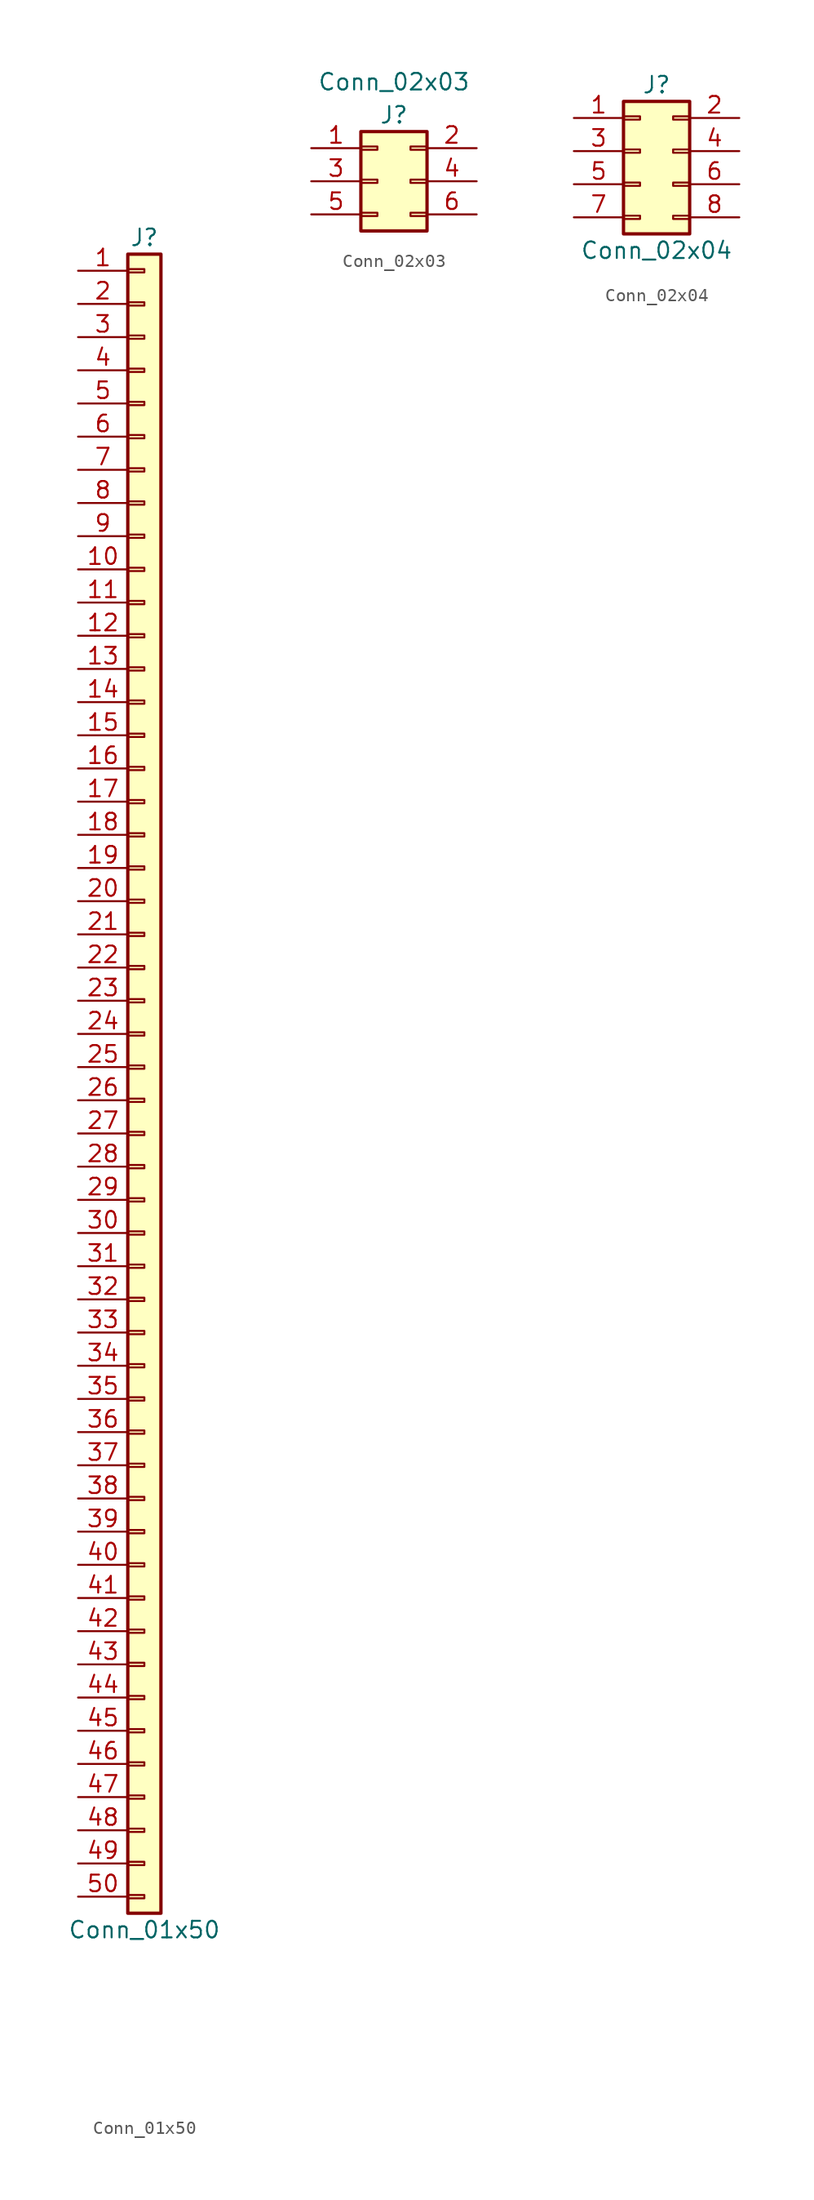
<source format=kicad_sym>
(kicad_symbol_lib
  (version 20241209)
  (generator "kicad_symbol_editor")
  (generator_version "9.0")
  (symbol "Conn_01x50"
    (pin_names
      (offset 1.016)
      (hide yes))
    (property "Reference" "J"
      (at 0 64.77 0)
      (effects (font (size 1.27 1.27))))
    (property "Value" "Conn_01x50"
      (at 0 -64.77 0)
      (effects (font (size 1.27 1.27))))
    (symbol "Conn_01x50_1_1"
      (rectangle (start -1.27 63.5) (end 1.27 -63.5) (stroke (width 0.254) (type default)) (fill (type background)))
      (rectangle (start -1.27 62.357) (end 0 62.103) (stroke (width 0.152) (type default)) (fill (type none)))
      (rectangle (start -1.27 59.817) (end 0 59.563) (stroke (width 0.152) (type default)) (fill (type none)))
      (rectangle (start -1.27 57.277) (end 0 57.023) (stroke (width 0.152) (type default)) (fill (type none)))
      (rectangle (start -1.27 54.737) (end 0 54.483) (stroke (width 0.152) (type default)) (fill (type none)))
      (rectangle (start -1.27 52.197) (end 0 51.943) (stroke (width 0.152) (type default)) (fill (type none)))
      (rectangle (start -1.27 49.657) (end 0 49.403) (stroke (width 0.152) (type default)) (fill (type none)))
      (rectangle (start -1.27 47.117) (end 0 46.863) (stroke (width 0.152) (type default)) (fill (type none)))
      (rectangle (start -1.27 44.577) (end 0 44.323) (stroke (width 0.152) (type default)) (fill (type none)))
      (rectangle (start -1.27 42.037) (end 0 41.783) (stroke (width 0.152) (type default)) (fill (type none)))
      (rectangle (start -1.27 39.497) (end 0 39.243) (stroke (width 0.152) (type default)) (fill (type none)))
      (rectangle (start -1.27 36.957) (end 0 36.703) (stroke (width 0.152) (type default)) (fill (type none)))
      (rectangle (start -1.27 34.417) (end 0 34.163) (stroke (width 0.152) (type default)) (fill (type none)))
      (rectangle (start -1.27 31.877) (end 0 31.623) (stroke (width 0.152) (type default)) (fill (type none)))
      (rectangle (start -1.27 29.337) (end 0 29.083) (stroke (width 0.152) (type default)) (fill (type none)))
      (rectangle (start -1.27 26.797) (end 0 26.543) (stroke (width 0.152) (type default)) (fill (type none)))
      (rectangle (start -1.27 24.257) (end 0 24.003) (stroke (width 0.152) (type default)) (fill (type none)))
      (rectangle (start -1.27 21.717) (end 0 21.463) (stroke (width 0.152) (type default)) (fill (type none)))
      (rectangle (start -1.27 19.177) (end 0 18.923) (stroke (width 0.152) (type default)) (fill (type none)))
      (rectangle (start -1.27 16.637) (end 0 16.383) (stroke (width 0.152) (type default)) (fill (type none)))
      (rectangle (start -1.27 14.097) (end 0 13.843) (stroke (width 0.152) (type default)) (fill (type none)))
      (rectangle (start -1.27 11.557) (end 0 11.303) (stroke (width 0.152) (type default)) (fill (type none)))
      (rectangle (start -1.27 9.017) (end 0 8.763) (stroke (width 0.152) (type default)) (fill (type none)))
      (rectangle (start -1.27 6.477) (end 0 6.223) (stroke (width 0.152) (type default)) (fill (type none)))
      (rectangle (start -1.27 3.937) (end 0 3.683) (stroke (width 0.152) (type default)) (fill (type none)))
      (rectangle (start -1.27 1.397) (end 0 1.143) (stroke (width 0.152) (type default)) (fill (type none)))
      (rectangle (start -1.27 -1.143) (end 0 -1.397) (stroke (width 0.152) (type default)) (fill (type none)))
      (rectangle (start -1.27 -3.683) (end 0 -3.937) (stroke (width 0.152) (type default)) (fill (type none)))
      (rectangle (start -1.27 -6.223) (end 0 -6.477) (stroke (width 0.152) (type default)) (fill (type none)))
      (rectangle (start -1.27 -8.763) (end 0 -9.017) (stroke (width 0.152) (type default)) (fill (type none)))
      (rectangle (start -1.27 -11.303) (end 0 -11.557) (stroke (width 0.152) (type default)) (fill (type none)))
      (rectangle (start -1.27 -13.843) (end 0 -14.097) (stroke (width 0.152) (type default)) (fill (type none)))
      (rectangle (start -1.27 -16.383) (end 0 -16.637) (stroke (width 0.152) (type default)) (fill (type none)))
      (rectangle (start -1.27 -18.923) (end 0 -19.177) (stroke (width 0.152) (type default)) (fill (type none)))
      (rectangle (start -1.27 -21.463) (end 0 -21.717) (stroke (width 0.152) (type default)) (fill (type none)))
      (rectangle (start -1.27 -24.003) (end 0 -24.257) (stroke (width 0.152) (type default)) (fill (type none)))
      (rectangle (start -1.27 -26.543) (end 0 -26.797) (stroke (width 0.152) (type default)) (fill (type none)))
      (rectangle (start -1.27 -29.083) (end 0 -29.337) (stroke (width 0.152) (type default)) (fill (type none)))
      (rectangle (start -1.27 -31.623) (end 0 -31.877) (stroke (width 0.152) (type default)) (fill (type none)))
      (rectangle (start -1.27 -34.163) (end 0 -34.417) (stroke (width 0.152) (type default)) (fill (type none)))
      (rectangle (start -1.27 -36.703) (end 0 -36.957) (stroke (width 0.152) (type default)) (fill (type none)))
      (rectangle (start -1.27 -39.243) (end 0 -39.497) (stroke (width 0.152) (type default)) (fill (type none)))
      (rectangle (start -1.27 -41.783) (end 0 -42.037) (stroke (width 0.152) (type default)) (fill (type none)))
      (rectangle (start -1.27 -44.323) (end 0 -44.577) (stroke (width 0.152) (type default)) (fill (type none)))
      (rectangle (start -1.27 -46.863) (end 0 -47.117) (stroke (width 0.152) (type default)) (fill (type none)))
      (rectangle (start -1.27 -49.403) (end 0 -49.657) (stroke (width 0.152) (type default)) (fill (type none)))
      (rectangle (start -1.27 -51.943) (end 0 -52.197) (stroke (width 0.152) (type default)) (fill (type none)))
      (rectangle (start -1.27 -54.483) (end 0 -54.737) (stroke (width 0.152) (type default)) (fill (type none)))
      (rectangle (start -1.27 -57.023) (end 0 -57.277) (stroke (width 0.152) (type default)) (fill (type none)))
      (rectangle (start -1.27 -59.563) (end 0 -59.817) (stroke (width 0.152) (type default)) (fill (type none)))
      (rectangle (start -1.27 -62.103) (end 0 -62.357) (stroke (width 0.152) (type default)) (fill (type none)))
      (pin passive line (at -5.08 62.23 0) (length 3.81) (name "Pin_1" (effects (font (size 1.27 1.27)))) (number "1" (effects (font (size 1.27 1.27)))))
      (pin passive line (at -5.08 59.69 0) (length 3.81) (name "Pin_2" (effects (font (size 1.27 1.27)))) (number "2" (effects (font (size 1.27 1.27)))))
      (pin passive line (at -5.08 57.15 0) (length 3.81) (name "Pin_3" (effects (font (size 1.27 1.27)))) (number "3" (effects (font (size 1.27 1.27)))))
      (pin passive line (at -5.08 54.61 0) (length 3.81) (name "Pin_4" (effects (font (size 1.27 1.27)))) (number "4" (effects (font (size 1.27 1.27)))))
      (pin passive line (at -5.08 52.07 0) (length 3.81) (name "Pin_5" (effects (font (size 1.27 1.27)))) (number "5" (effects (font (size 1.27 1.27)))))
      (pin passive line (at -5.08 49.53 0) (length 3.81) (name "Pin_6" (effects (font (size 1.27 1.27)))) (number "6" (effects (font (size 1.27 1.27)))))
      (pin passive line (at -5.08 46.99 0) (length 3.81) (name "Pin_7" (effects (font (size 1.27 1.27)))) (number "7" (effects (font (size 1.27 1.27)))))
      (pin passive line (at -5.08 44.45 0) (length 3.81) (name "Pin_8" (effects (font (size 1.27 1.27)))) (number "8" (effects (font (size 1.27 1.27)))))
      (pin passive line (at -5.08 41.91 0) (length 3.81) (name "Pin_9" (effects (font (size 1.27 1.27)))) (number "9" (effects (font (size 1.27 1.27)))))
      (pin passive line (at -5.08 39.37 0) (length 3.81) (name "Pin_10" (effects (font (size 1.27 1.27)))) (number "10" (effects (font (size 1.27 1.27)))))
      (pin passive line (at -5.08 36.83 0) (length 3.81) (name "Pin_11" (effects (font (size 1.27 1.27)))) (number "11" (effects (font (size 1.27 1.27)))))
      (pin passive line (at -5.08 34.29 0) (length 3.81) (name "Pin_12" (effects (font (size 1.27 1.27)))) (number "12" (effects (font (size 1.27 1.27)))))
      (pin passive line (at -5.08 31.75 0) (length 3.81) (name "Pin_13" (effects (font (size 1.27 1.27)))) (number "13" (effects (font (size 1.27 1.27)))))
      (pin passive line (at -5.08 29.21 0) (length 3.81) (name "Pin_14" (effects (font (size 1.27 1.27)))) (number "14" (effects (font (size 1.27 1.27)))))
      (pin passive line (at -5.08 26.67 0) (length 3.81) (name "Pin_15" (effects (font (size 1.27 1.27)))) (number "15" (effects (font (size 1.27 1.27)))))
      (pin passive line (at -5.08 24.13 0) (length 3.81) (name "Pin_16" (effects (font (size 1.27 1.27)))) (number "16" (effects (font (size 1.27 1.27)))))
      (pin passive line (at -5.08 21.59 0) (length 3.81) (name "Pin_17" (effects (font (size 1.27 1.27)))) (number "17" (effects (font (size 1.27 1.27)))))
      (pin passive line (at -5.08 19.05 0) (length 3.81) (name "Pin_18" (effects (font (size 1.27 1.27)))) (number "18" (effects (font (size 1.27 1.27)))))
      (pin passive line (at -5.08 16.51 0) (length 3.81) (name "Pin_19" (effects (font (size 1.27 1.27)))) (number "19" (effects (font (size 1.27 1.27)))))
      (pin passive line (at -5.08 13.97 0) (length 3.81) (name "Pin_20" (effects (font (size 1.27 1.27)))) (number "20" (effects (font (size 1.27 1.27)))))
      (pin passive line (at -5.08 11.43 0) (length 3.81) (name "Pin_21" (effects (font (size 1.27 1.27)))) (number "21" (effects (font (size 1.27 1.27)))))
      (pin passive line (at -5.08 8.89 0) (length 3.81) (name "Pin_22" (effects (font (size 1.27 1.27)))) (number "22" (effects (font (size 1.27 1.27)))))
      (pin passive line (at -5.08 6.35 0) (length 3.81) (name "Pin_23" (effects (font (size 1.27 1.27)))) (number "23" (effects (font (size 1.27 1.27)))))
      (pin passive line (at -5.08 3.81 0) (length 3.81) (name "Pin_24" (effects (font (size 1.27 1.27)))) (number "24" (effects (font (size 1.27 1.27)))))
      (pin passive line (at -5.08 1.27 0) (length 3.81) (name "Pin_25" (effects (font (size 1.27 1.27)))) (number "25" (effects (font (size 1.27 1.27)))))
      (pin passive line (at -5.08 -1.27 0) (length 3.81) (name "Pin_26" (effects (font (size 1.27 1.27)))) (number "26" (effects (font (size 1.27 1.27)))))
      (pin passive line (at -5.08 -3.81 0) (length 3.81) (name "Pin_27" (effects (font (size 1.27 1.27)))) (number "27" (effects (font (size 1.27 1.27)))))
      (pin passive line (at -5.08 -6.35 0) (length 3.81) (name "Pin_28" (effects (font (size 1.27 1.27)))) (number "28" (effects (font (size 1.27 1.27)))))
      (pin passive line (at -5.08 -8.89 0) (length 3.81) (name "Pin_29" (effects (font (size 1.27 1.27)))) (number "29" (effects (font (size 1.27 1.27)))))
      (pin passive line (at -5.08 -11.43 0) (length 3.81) (name "Pin_30" (effects (font (size 1.27 1.27)))) (number "30" (effects (font (size 1.27 1.27)))))
      (pin passive line (at -5.08 -13.97 0) (length 3.81) (name "Pin_31" (effects (font (size 1.27 1.27)))) (number "31" (effects (font (size 1.27 1.27)))))
      (pin passive line (at -5.08 -16.51 0) (length 3.81) (name "Pin_32" (effects (font (size 1.27 1.27)))) (number "32" (effects (font (size 1.27 1.27)))))
      (pin passive line (at -5.08 -19.05 0) (length 3.81) (name "Pin_33" (effects (font (size 1.27 1.27)))) (number "33" (effects (font (size 1.27 1.27)))))
      (pin passive line (at -5.08 -21.59 0) (length 3.81) (name "Pin_34" (effects (font (size 1.27 1.27)))) (number "34" (effects (font (size 1.27 1.27)))))
      (pin passive line (at -5.08 -24.13 0) (length 3.81) (name "Pin_35" (effects (font (size 1.27 1.27)))) (number "35" (effects (font (size 1.27 1.27)))))
      (pin passive line (at -5.08 -26.67 0) (length 3.81) (name "Pin_36" (effects (font (size 1.27 1.27)))) (number "36" (effects (font (size 1.27 1.27)))))
      (pin passive line (at -5.08 -29.21 0) (length 3.81) (name "Pin_37" (effects (font (size 1.27 1.27)))) (number "37" (effects (font (size 1.27 1.27)))))
      (pin passive line (at -5.08 -31.75 0) (length 3.81) (name "Pin_38" (effects (font (size 1.27 1.27)))) (number "38" (effects (font (size 1.27 1.27)))))
      (pin passive line (at -5.08 -34.29 0) (length 3.81) (name "Pin_39" (effects (font (size 1.27 1.27)))) (number "39" (effects (font (size 1.27 1.27)))))
      (pin passive line (at -5.08 -36.83 0) (length 3.81) (name "Pin_40" (effects (font (size 1.27 1.27)))) (number "40" (effects (font (size 1.27 1.27)))))
      (pin passive line (at -5.08 -39.37 0) (length 3.81) (name "Pin_41" (effects (font (size 1.27 1.27)))) (number "41" (effects (font (size 1.27 1.27)))))
      (pin passive line (at -5.08 -41.91 0) (length 3.81) (name "Pin_42" (effects (font (size 1.27 1.27)))) (number "42" (effects (font (size 1.27 1.27)))))
      (pin passive line (at -5.08 -44.45 0) (length 3.81) (name "Pin_43" (effects (font (size 1.27 1.27)))) (number "43" (effects (font (size 1.27 1.27)))))
      (pin passive line (at -5.08 -46.99 0) (length 3.81) (name "Pin_44" (effects (font (size 1.27 1.27)))) (number "44" (effects (font (size 1.27 1.27)))))
      (pin passive line (at -5.08 -49.53 0) (length 3.81) (name "Pin_45" (effects (font (size 1.27 1.27)))) (number "45" (effects (font (size 1.27 1.27)))))
      (pin passive line (at -5.08 -52.07 0) (length 3.81) (name "Pin_46" (effects (font (size 1.27 1.27)))) (number "46" (effects (font (size 1.27 1.27)))))
      (pin passive line (at -5.08 -54.61 0) (length 3.81) (name "Pin_47" (effects (font (size 1.27 1.27)))) (number "47" (effects (font (size 1.27 1.27)))))
      (pin passive line (at -5.08 -57.15 0) (length 3.81) (name "Pin_48" (effects (font (size 1.27 1.27)))) (number "48" (effects (font (size 1.27 1.27)))))
      (pin passive line (at -5.08 -59.69 0) (length 3.81) (name "Pin_49" (effects (font (size 1.27 1.27)))) (number "49" (effects (font (size 1.27 1.27)))))
      (pin passive line (at -5.08 -62.23 0) (length 3.81) (name "Pin_50" (effects (font (size 1.27 1.27)))) (number "50" (effects (font (size 1.27 1.27)))))))
  (symbol "Conn_02x03"
    (pin_names
      (offset 0.025)
      (hide yes))
    (property "Reference" "J"
      (at 0 5.08 0)
      (effects (font (size 1.27 1.27))))
    (property "Value" "Conn_02x03"
      (at 0 7.62 0)
      (effects (font (size 1.27 1.27))))
    (symbol "Conn_02x03_0_1"
      (rectangle (start -2.54 3.81) (end 2.54 -3.81) (stroke (width 0.254) (type default)) (fill (type background)))
      (rectangle (start -2.54 2.667) (end -1.27 2.413) (stroke (width 0.152) (type default)) (fill (type none)))
      (rectangle (start -2.54 0.127) (end -1.27 -0.127) (stroke (width 0.152) (type default)) (fill (type none)))
      (rectangle (start -2.54 -2.413) (end -1.27 -2.667) (stroke (width 0.152) (type default)) (fill (type none)))
      (rectangle (start 1.27 2.667) (end 2.54 2.413) (stroke (width 0.152) (type default)) (fill (type none)))
      (rectangle (start 1.27 0.127) (end 2.54 -0.127) (stroke (width 0.152) (type default)) (fill (type none)))
      (rectangle (start 1.27 -2.413) (end 2.54 -2.667) (stroke (width 0.152) (type default)) (fill (type none))))
    (symbol "Conn_02x03_1_1"
      (pin passive line (at -6.35 2.54 0) (length 3.81) (name "+12V" (effects (font (size 1.27 1.27)))) (number "1" (effects (font (size 1.27 1.27)))))
      (pin passive line (at -6.35 0 0) (length 3.81) (name "GND" (effects (font (size 1.27 1.27)))) (number "3" (effects (font (size 1.27 1.27)))))
      (pin passive line (at -6.35 -2.54 0) (length 3.81) (name "GND" (effects (font (size 1.27 1.27)))) (number "5" (effects (font (size 1.27 1.27)))))
      (pin passive line (at 6.35 2.54 180) (length 3.81) (name "+12V" (effects (font (size 1.27 1.27)))) (number "2" (effects (font (size 1.27 1.27)))))
      (pin passive line (at 6.35 0 180) (length 3.81) (name "GND" (effects (font (size 1.27 1.27)))) (number "4" (effects (font (size 1.27 1.27)))))
      (pin passive line (at 6.35 -2.54 180) (length 3.81) (name "GND" (effects (font (size 1.27 1.27)))) (number "6" (effects (font (size 1.27 1.27)))))))
  (symbol "Conn_02x04"
    (pin_names
      (offset 1.016)
      (hide yes))
    (property "Reference" "J"
      (at 1.27 5.08 0)
      (effects (font (size 1.27 1.27))))
    (property "Value" "Conn_02x04"
      (at 1.27 -7.62 0)
      (effects (font (size 1.27 1.27))))
    (symbol "Conn_02x04_1_1"
      (rectangle (start -1.27 3.81) (end 3.81 -6.35) (stroke (width 0.254) (type default)) (fill (type background)))
      (rectangle (start -1.27 2.667) (end 0 2.413) (stroke (width 0.152) (type default)) (fill (type none)))
      (rectangle (start -1.27 0.127) (end 0 -0.127) (stroke (width 0.152) (type default)) (fill (type none)))
      (rectangle (start -1.27 -2.413) (end 0 -2.667) (stroke (width 0.152) (type default)) (fill (type none)))
      (rectangle (start -1.27 -4.953) (end 0 -5.207) (stroke (width 0.152) (type default)) (fill (type none)))
      (rectangle (start 3.81 2.667) (end 2.54 2.413) (stroke (width 0.152) (type default)) (fill (type none)))
      (rectangle (start 3.81 0.127) (end 2.54 -0.127) (stroke (width 0.152) (type default)) (fill (type none)))
      (rectangle (start 3.81 -2.413) (end 2.54 -2.667) (stroke (width 0.152) (type default)) (fill (type none)))
      (rectangle (start 3.81 -4.953) (end 2.54 -5.207) (stroke (width 0.152) (type default)) (fill (type none)))
      (pin passive line (at -5.08 2.54 0) (length 3.81) (name "Pin_1" (effects (font (size 1.27 1.27)))) (number "1" (effects (font (size 1.27 1.27)))))
      (pin passive line (at -5.08 0 0) (length 3.81) (name "Pin_3" (effects (font (size 1.27 1.27)))) (number "3" (effects (font (size 1.27 1.27)))))
      (pin passive line (at -5.08 -2.54 0) (length 3.81) (name "Pin_5" (effects (font (size 1.27 1.27)))) (number "5" (effects (font (size 1.27 1.27)))))
      (pin passive line (at -5.08 -5.08 0) (length 3.81) (name "Pin_7" (effects (font (size 1.27 1.27)))) (number "7" (effects (font (size 1.27 1.27)))))
      (pin passive line (at 7.62 2.54 180) (length 3.81) (name "Pin_2" (effects (font (size 1.27 1.27)))) (number "2" (effects (font (size 1.27 1.27)))))
      (pin passive line (at 7.62 0 180) (length 3.81) (name "Pin_4" (effects (font (size 1.27 1.27)))) (number "4" (effects (font (size 1.27 1.27)))))
      (pin passive line (at 7.62 -2.54 180) (length 3.81) (name "Pin_6" (effects (font (size 1.27 1.27)))) (number "6" (effects (font (size 1.27 1.27)))))
      (pin passive line (at 7.62 -5.08 180) (length 3.81) (name "Pin_8" (effects (font (size 1.27 1.27)))) (number "8" (effects (font (size 1.27 1.27))))))))
</source>
